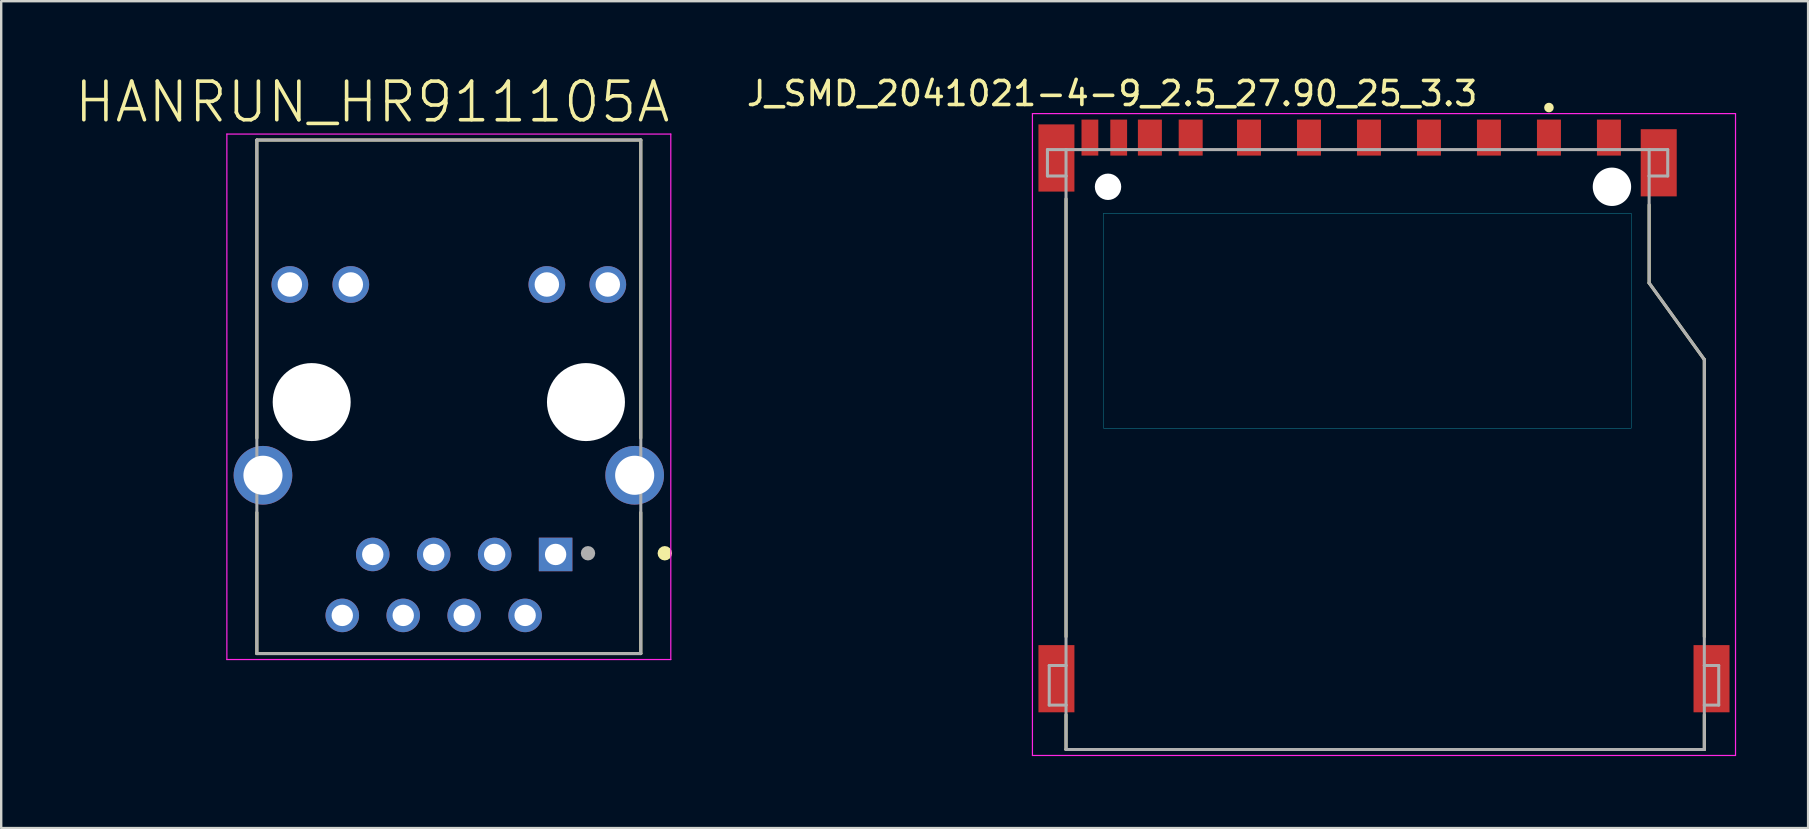
<source format=kicad_pcb>
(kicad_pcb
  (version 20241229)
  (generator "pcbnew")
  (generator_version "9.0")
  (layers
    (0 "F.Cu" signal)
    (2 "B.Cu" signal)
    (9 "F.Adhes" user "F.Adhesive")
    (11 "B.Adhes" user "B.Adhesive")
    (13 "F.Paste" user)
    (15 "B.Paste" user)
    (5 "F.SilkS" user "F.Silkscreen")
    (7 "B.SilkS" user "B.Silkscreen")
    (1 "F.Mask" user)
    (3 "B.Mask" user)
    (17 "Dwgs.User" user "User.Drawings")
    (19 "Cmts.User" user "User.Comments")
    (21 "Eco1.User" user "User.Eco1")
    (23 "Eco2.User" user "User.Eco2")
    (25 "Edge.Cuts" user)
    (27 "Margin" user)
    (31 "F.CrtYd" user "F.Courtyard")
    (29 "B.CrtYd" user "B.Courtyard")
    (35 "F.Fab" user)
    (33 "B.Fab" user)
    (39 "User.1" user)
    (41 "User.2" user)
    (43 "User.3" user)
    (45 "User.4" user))
  (footprint "HANRUN_HR911105A"
    (layer "F.Cu")
    (at 15.654 13.706)
    (property "Reference" "HANRUN_HR911105A" (at -3.188 -12.503 0) (layer "F.SilkS") (effects (font (size 1.608 1.608) (thickness 0.15))))
    (attr through_hole)
    (fp_line (start -8 -10.92) (end -8 1.5) (stroke (width 0.127) (type solid)) (layer "F.SilkS"))
    (fp_line (start -8 4.6) (end -8 10.48) (stroke (width 0.127) (type solid)) (layer "F.SilkS"))
    (fp_line (start 8 -10.92) (end -8 -10.92) (stroke (width 0.127) (type solid)) (layer "F.SilkS"))
    (fp_line (start 8 -10.92) (end 8 1.5) (stroke (width 0.127) (type solid)) (layer "F.SilkS"))
    (fp_line (start 8 4.6) (end 8 10.48) (stroke (width 0.127) (type solid)) (layer "F.SilkS"))
    (fp_line (start 8 10.48) (end -8 10.48) (stroke (width 0.127) (type solid)) (layer "F.SilkS"))
    (fp_circle (center 9 6.3) (end 9.15 6.3) (stroke (width 0.3) (type solid)) (fill no) (layer "F.SilkS"))
    (fp_line (start -9.25 -11.17) (end -9.25 10.73) (stroke (width 0.05) (type solid)) (layer "F.CrtYd"))
    (fp_line (start -9.25 10.73) (end 9.25 10.73) (stroke (width 0.05) (type solid)) (layer "F.CrtYd"))
    (fp_line (start 9.25 -11.17) (end -9.25 -11.17) (stroke (width 0.05) (type solid)) (layer "F.CrtYd"))
    (fp_line (start 9.25 10.73) (end 9.25 -11.17) (stroke (width 0.05) (type solid)) (layer "F.CrtYd"))
    (fp_line (start -8 -10.92) (end -8 10.48) (stroke (width 0.127) (type solid)) (layer "F.Fab"))
    (fp_line (start -8 10.48) (end 8 10.48) (stroke (width 0.127) (type solid)) (layer "F.Fab"))
    (fp_line (start 8 -10.92) (end -8 -10.92) (stroke (width 0.127) (type solid)) (layer "F.Fab"))
    (fp_line (start 8 10.48) (end 8 -10.92) (stroke (width 0.127) (type solid)) (layer "F.Fab"))
    (fp_circle (center 5.8 6.3) (end 5.95 6.3) (stroke (width 0.3) (type solid)) (fill no) (layer "F.Fab"))
    (pad "" np_thru_hole circle (at -5.715 0) (size 3.25 3.25) (drill 3.25) (layers "*.Cu" "*.Mask"))
    (pad "" np_thru_hole circle (at 5.715 0) (size 3.25 3.25) (drill 3.25) (layers "*.Cu" "*.Mask"))
    (pad "1" thru_hole rect (at 4.45 6.35) (size 1.398 1.398) (drill 0.89) (layers "*.Cu" "*.Mask"))
    (pad "2" thru_hole circle (at 3.18 8.89) (size 1.398 1.398) (drill 0.89) (layers "*.Cu" "*.Mask"))
    (pad "3" thru_hole circle (at 1.91 6.35) (size 1.398 1.398) (drill 0.89) (layers "*.Cu" "*.Mask"))
    (pad "4" thru_hole circle (at 0.64 8.89) (size 1.398 1.398) (drill 0.89) (layers "*.Cu" "*.Mask"))
    (pad "5" thru_hole circle (at -0.63 6.35) (size 1.398 1.398) (drill 0.89) (layers "*.Cu" "*.Mask"))
    (pad "6" thru_hole circle (at -1.9 8.89) (size 1.398 1.398) (drill 0.89) (layers "*.Cu" "*.Mask"))
    (pad "7" thru_hole circle (at -3.17 6.35) (size 1.398 1.398) (drill 0.89) (layers "*.Cu" "*.Mask"))
    (pad "8" thru_hole circle (at -4.44 8.89) (size 1.398 1.398) (drill 0.89) (layers "*.Cu" "*.Mask"))
    (pad "9" thru_hole circle (at 6.625 -4.9) (size 1.53 1.53) (drill 1.02) (layers "*.Cu" "*.Mask"))
    (pad "10" thru_hole circle (at 4.085 -4.9) (size 1.53 1.53) (drill 1.02) (layers "*.Cu" "*.Mask"))
    (pad "11" thru_hole circle (at -4.085 -4.9) (size 1.53 1.53) (drill 1.02) (layers "*.Cu" "*.Mask"))
    (pad "12" thru_hole circle (at -6.625 -4.9) (size 1.53 1.53) (drill 1.02) (layers "*.Cu" "*.Mask"))
    (pad "15" thru_hole circle (at 7.745 3.05) (size 2.445 2.445) (drill 1.63) (layers "*.Cu" "*.Mask"))
    (pad "16" thru_hole circle (at -7.745 3.05) (size 2.445 2.445) (drill 1.63) (layers "*.Cu" "*.Mask")))
  (footprint "J_SMD_2041021-4-9_2.5_27.90_25_3.3"
    (layer "F.Cu")
    (at 54.625 4.734)
    (property "Reference" "J_SMD_2041021-4-9_2.5_27.90_25_3.3" (at -11.328 -3.886 0) (layer "F.SilkS") (effects (font (size 1 1) (thickness 0.15))))
    (attr smd)
    (fp_line (start -13.25 0.5) (end -13.25 18.75) (stroke (width 0.127) (type solid)) (layer "F.SilkS"))
    (fp_line (start -13.25 22) (end -13.25 23.45) (stroke (width 0.127) (type solid)) (layer "F.SilkS"))
    (fp_line (start -13.25 23.45) (end 13.35 23.45) (stroke (width 0.127) (type solid)) (layer "F.SilkS"))
    (fp_line (start 11.05 0.75) (end 11.05 4.01) (stroke (width 0.127) (type solid)) (layer "F.SilkS"))
    (fp_line (start 13.35 7.2) (end 11.05 4.01) (stroke (width 0.127) (type solid)) (layer "F.SilkS"))
    (fp_line (start 13.35 7.2) (end 13.35 18.75) (stroke (width 0.127) (type solid)) (layer "F.SilkS"))
    (fp_line (start 13.35 23.45) (end 13.35 22) (stroke (width 0.127) (type solid)) (layer "F.SilkS"))
    (fp_circle (center 6.875 -3.302) (end 6.975 -3.302) (stroke (width 0.2) (type solid)) (fill no) (layer "F.SilkS"))
    (fp_poly (pts (xy -11.687 1.1) (xy 10.3 1.1) (xy 10.3 10.064) (xy -11.687 10.064)) (stroke (width 0.01) (type solid)) (fill no) (layer "B.CrtYd"))
    (fp_line (start -14.65 -3.05) (end 14.65 -3.05) (stroke (width 0.05) (type solid)) (layer "F.CrtYd"))
    (fp_line (start -14.65 23.7) (end -14.65 -3.05) (stroke (width 0.05) (type solid)) (layer "F.CrtYd"))
    (fp_line (start 14.65 -3.05) (end 14.65 23.7) (stroke (width 0.05) (type solid)) (layer "F.CrtYd"))
    (fp_line (start 14.65 23.7) (end -14.65 23.7) (stroke (width 0.05) (type solid)) (layer "F.CrtYd"))
    (fp_line (start -14.025 -1.55) (end -14.025 -0.45) (stroke (width 0.127) (type solid)) (layer "F.Fab"))
    (fp_line (start -14.025 -0.45) (end -13.25 -0.45) (stroke (width 0.127) (type solid)) (layer "F.Fab"))
    (fp_line (start -13.95 19.95) (end -13.95 21.6) (stroke (width 0.127) (type solid)) (layer "F.Fab"))
    (fp_line (start -13.95 19.95) (end -13.25 19.95) (stroke (width 0.127) (type solid)) (layer "F.Fab"))
    (fp_line (start -13.95 21.6) (end -13.25 21.6) (stroke (width 0.127) (type solid)) (layer "F.Fab"))
    (fp_line (start -13.25 -1.55) (end -14.025 -1.55) (stroke (width 0.127) (type solid)) (layer "F.Fab"))
    (fp_line (start -13.25 -1.55) (end -13.25 -0.45) (stroke (width 0.127) (type solid)) (layer "F.Fab"))
    (fp_line (start -13.25 -0.45) (end -13.25 19.95) (stroke (width 0.127) (type solid)) (layer "F.Fab"))
    (fp_line (start -13.25 19.95) (end -13.25 21.6) (stroke (width 0.127) (type solid)) (layer "F.Fab"))
    (fp_line (start -13.25 21.6) (end -13.25 23.45) (stroke (width 0.127) (type solid)) (layer "F.Fab"))
    (fp_line (start -13.25 23.45) (end 13.35 23.45) (stroke (width 0.127) (type solid)) (layer "F.Fab"))
    (fp_line (start 11.05 -1.55) (end -13.25 -1.55) (stroke (width 0.127) (type solid)) (layer "F.Fab"))
    (fp_line (start 11.05 -1.55) (end 11.825 -1.55) (stroke (width 0.127) (type solid)) (layer "F.Fab"))
    (fp_line (start 11.05 -0.45) (end 11.05 -1.55) (stroke (width 0.127) (type solid)) (layer "F.Fab"))
    (fp_line (start 11.05 4.01) (end 11.05 -0.45) (stroke (width 0.127) (type solid)) (layer "F.Fab"))
    (fp_line (start 11.825 -1.55) (end 11.825 -0.45) (stroke (width 0.127) (type solid)) (layer "F.Fab"))
    (fp_line (start 11.825 -0.45) (end 11.05 -0.45) (stroke (width 0.127) (type solid)) (layer "F.Fab"))
    (fp_line (start 13.35 7.2) (end 11.05 4.01) (stroke (width 0.127) (type solid)) (layer "F.Fab"))
    (fp_line (start 13.35 19.95) (end 13.35 7.2) (stroke (width 0.127) (type solid)) (layer "F.Fab"))
    (fp_line (start 13.35 19.95) (end 13.95 19.95) (stroke (width 0.127) (type solid)) (layer "F.Fab"))
    (fp_line (start 13.35 21.6) (end 13.35 19.95) (stroke (width 0.127) (type solid)) (layer "F.Fab"))
    (fp_line (start 13.35 23.45) (end 13.35 21.6) (stroke (width 0.127) (type solid)) (layer "F.Fab"))
    (fp_line (start 13.95 19.95) (end 13.95 21.6) (stroke (width 0.127) (type solid)) (layer "F.Fab"))
    (fp_line (start 13.95 21.6) (end 13.35 21.6) (stroke (width 0.127) (type solid)) (layer "F.Fab"))
    (pad "" np_thru_hole circle (at -11.5 0) (size 1.1 1.1) (drill 1.1) (layers "*.Cu" "*.Mask"))
    (pad "" np_thru_hole circle (at 9.5 0) (size 1.6 1.6) (drill 1.6) (layers "*.Cu" "*.Mask"))
    (pad "1" smd rect (at 6.875 -2.05) (size 1 1.5) (layers "F.Cu" "F.Mask" "F.Paste"))
    (pad "2" smd rect (at 4.375 -2.05) (size 1 1.5) (layers "F.Cu" "F.Mask" "F.Paste"))
    (pad "3" smd rect (at 1.875 -2.05) (size 1 1.5) (layers "F.Cu" "F.Mask" "F.Paste"))
    (pad "4" smd rect (at -0.625 -2.05) (size 1 1.5) (layers "F.Cu" "F.Mask" "F.Paste"))
    (pad "5" smd rect (at -3.125 -2.05) (size 1 1.5) (layers "F.Cu" "F.Mask" "F.Paste"))
    (pad "6" smd rect (at -5.625 -2.05) (size 1 1.5) (layers "F.Cu" "F.Mask" "F.Paste"))
    (pad "7" smd rect (at -8.055 -2.05) (size 1 1.5) (layers "F.Cu" "F.Mask" "F.Paste"))
    (pad "8" smd rect (at -9.755 -2.05) (size 1 1.5) (layers "F.Cu" "F.Mask" "F.Paste"))
    (pad "9" smd rect (at 9.375 -2.05) (size 1 1.5) (layers "F.Cu" "F.Mask" "F.Paste"))
    (pad "CARD" smd rect (at -11.055 -2.05) (size 0.7 1.5) (layers "F.Cu" "F.Mask" "F.Paste"))
    (pad "G1" smd rect (at -13.65 -1.2) (size 1.5 2.8) (layers "F.Cu" "F.Mask" "F.Paste"))
    (pad "G2" smd rect (at 11.45 -1) (size 1.5 2.8) (layers "F.Cu" "F.Mask" "F.Paste"))
    (pad "G3" smd rect (at 13.65 20.5) (size 1.5 2.8) (layers "F.Cu" "F.Mask" "F.Paste"))
    (pad "G4" smd rect (at -13.65 20.5) (size 1.5 2.8) (layers "F.Cu" "F.Mask" "F.Paste"))
    (pad "WRITE" smd rect (at -12.255 -2.05) (size 0.7 1.5) (layers "F.Cu" "F.Mask" "F.Paste"))
    (zone (net_name "") (layer "F.Cu") (hatch full 0.508) (connect_pads) (min_thickness 0.01) (filled_areas_thickness no) (keepout (tracks not_allowed) (vias not_allowed) (pads not_allowed) (copperpour not_allowed) (footprints allowed)) (placement (enabled no)) (fill) (polygon (pts (xy 42.952 5.834) (xy 64.925 5.834) (xy 64.925 14.787) (xy 42.952 14.787))))
    (zone (net_name "") (layers "F.Cu" "B.Cu") (hatch full 0.508) (connect_pads) (min_thickness 0.01) (filled_areas_thickness no) (keepout (tracks allowed) (vias not_allowed) (pads allowed) (copperpour allowed) (footprints allowed)) (placement (enabled no)) (fill) (polygon (pts (xy 42.95 5.834) (xy 64.925 5.834) (xy 64.925 14.788) (xy 42.95 14.788)))))
  (gr_rect
    (start -3 -3)
    (end 72.3 31.459)
    (stroke (width 0.1) (type default))
    (fill no)
    (layer "Edge.Cuts")))
</source>
